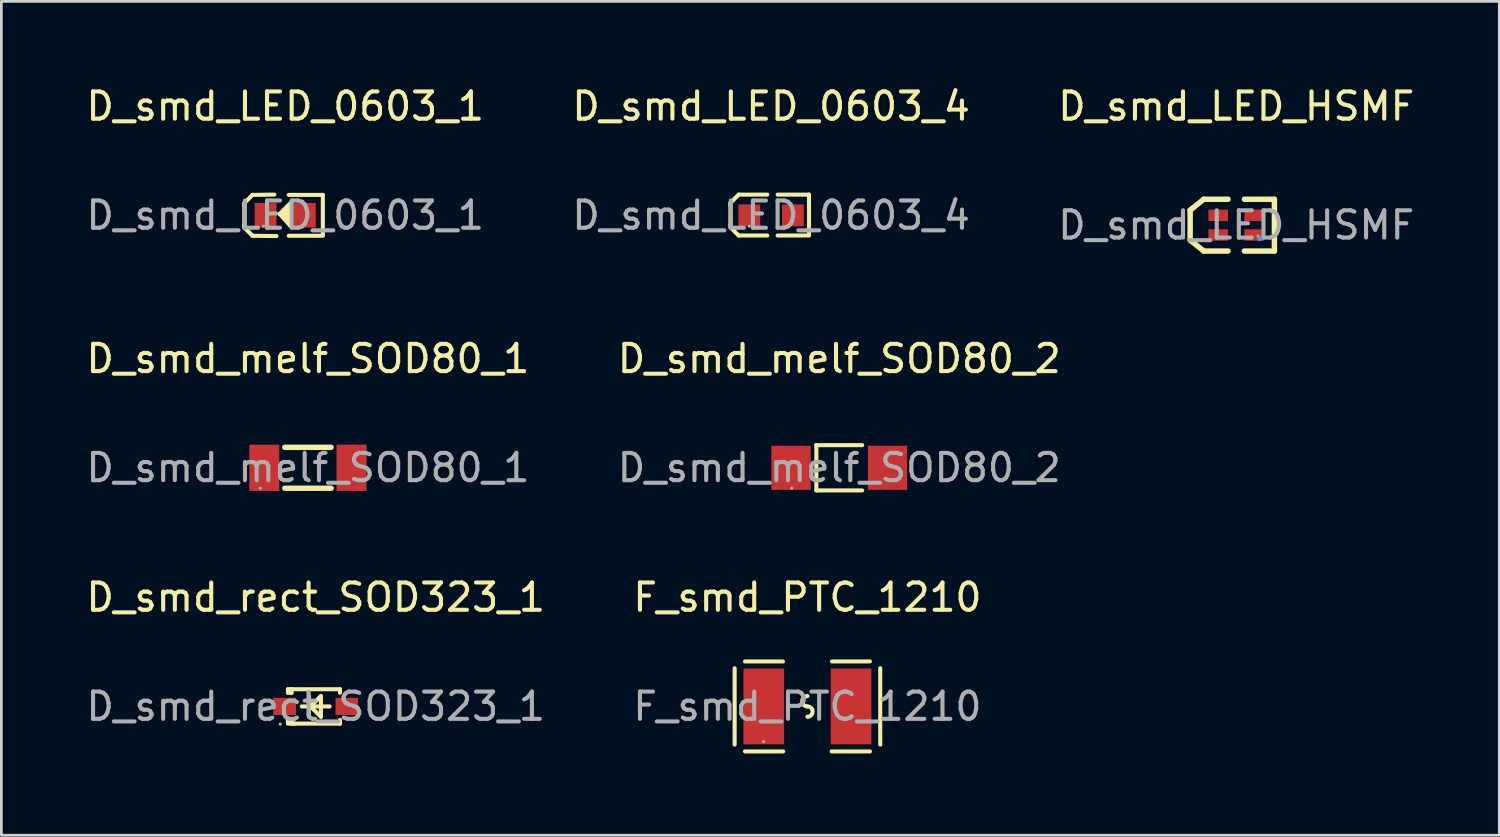
<source format=kicad_pcb>
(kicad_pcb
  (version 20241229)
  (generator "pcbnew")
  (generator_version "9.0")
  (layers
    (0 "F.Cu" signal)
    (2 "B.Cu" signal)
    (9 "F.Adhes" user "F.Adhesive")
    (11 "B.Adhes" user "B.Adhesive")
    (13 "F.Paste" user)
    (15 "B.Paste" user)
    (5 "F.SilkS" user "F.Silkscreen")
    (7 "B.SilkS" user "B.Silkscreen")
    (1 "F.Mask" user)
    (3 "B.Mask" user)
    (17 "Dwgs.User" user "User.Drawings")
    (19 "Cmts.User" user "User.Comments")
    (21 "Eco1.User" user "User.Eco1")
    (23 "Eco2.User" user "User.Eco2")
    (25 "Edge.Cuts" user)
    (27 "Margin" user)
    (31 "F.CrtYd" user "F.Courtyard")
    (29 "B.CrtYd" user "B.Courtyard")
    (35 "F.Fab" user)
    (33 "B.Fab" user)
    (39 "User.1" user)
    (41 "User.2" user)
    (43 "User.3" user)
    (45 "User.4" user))
  (footprint "D_smd_rect_SOD323_1"
    (layer "F.Cu")
    (at 8.53 22.86)
    (property "Reference" "D_smd_rect_SOD323_1" (at 0 -4 0) (layer "F.SilkS") (effects (font (size 1 1) (thickness 0.15))))
    (attr smd)
    (fp_line (start -1.02 -0.63) (end -1.02 -0.5) (stroke (width 0.15) (type solid)) (layer "F.SilkS"))
    (fp_line (start -1.02 -0.5) (end -0.89 -0.5) (stroke (width 0.15) (type solid)) (layer "F.SilkS"))
    (fp_line (start -1.02 0.5) (end -1.02 0.62) (stroke (width 0.15) (type solid)) (layer "F.SilkS"))
    (fp_line (start -1.02 0.5) (end -0.89 0.5) (stroke (width 0.15) (type solid)) (layer "F.SilkS"))
    (fp_line (start -0.89 -0.63) (end -1.02 -0.63) (stroke (width 0.15) (type solid)) (layer "F.SilkS"))
    (fp_line (start -0.89 -0.63) (end -0.89 -0.6) (stroke (width 0.15) (type solid)) (layer "F.SilkS"))
    (fp_line (start -0.89 -0.63) (end 0.89 -0.63) (stroke (width 0.15) (type solid)) (layer "F.SilkS"))
    (fp_line (start -0.89 -0.5) (end -0.89 -0.63) (stroke (width 0.15) (type solid)) (layer "F.SilkS"))
    (fp_line (start -0.89 0.6) (end -0.89 0.5) (stroke (width 0.15) (type solid)) (layer "F.SilkS"))
    (fp_line (start -0.89 0.6) (end -0.89 0.63) (stroke (width 0.15) (type solid)) (layer "F.SilkS"))
    (fp_line (start -0.89 0.63) (end 0.89 0.63) (stroke (width 0.15) (type solid)) (layer "F.SilkS"))
    (fp_line (start -0.77 0.63) (end -1.01 0.63) (stroke (width 0.15) (type solid)) (layer "F.SilkS"))
    (fp_line (start -0.25 -0.38) (end -0.25 0.38) (stroke (width 0.15) (type solid)) (layer "F.SilkS"))
    (fp_line (start -0.19 0) (end 0.19 -0.38) (stroke (width 0.15) (type solid)) (layer "F.SilkS"))
    (fp_line (start 0.19 -0.38) (end 0.19 0.38) (stroke (width 0.15) (type solid)) (layer "F.SilkS"))
    (fp_line (start 0.19 0.38) (end -0.19 0) (stroke (width 0.15) (type solid)) (layer "F.SilkS"))
    (fp_line (start 0.51 0) (end -0.51 0) (stroke (width 0.15) (type solid)) (layer "F.SilkS"))
    (fp_line (start 0.89 -0.63) (end 0.89 -0.5) (stroke (width 0.15) (type solid)) (layer "F.SilkS"))
    (fp_line (start 0.89 0.5) (end 0.89 0.63) (stroke (width 0.15) (type solid)) (layer "F.SilkS"))
    (fp_circle (center -1.3 0.65) (end -1.27 0.65) (stroke (width 0.06) (type solid)) (fill no) (layer "F.Fab"))
    (fp_text user "${REFERENCE}" (at 0 0 0) (layer "F.Fab") (effects (font (size 1 1) (thickness 0.15))))
    (pad "1" smd rect (at -1.14 0 90) (size 0.63 0.83) (layers "F.Cu" "F.Mask" "F.Paste"))
    (pad "2" smd rect (at 1.14 0 90) (size 0.63 0.83) (layers "F.Cu" "F.Mask" "F.Paste")))
  (footprint "D_smd_melf_SOD80_1"
    (layer "F.Cu")
    (at 8.244 14.107)
    (property "Reference" "D_smd_melf_SOD80_1" (at 0 -4 0) (layer "F.SilkS") (effects (font (size 1 1) (thickness 0.15))))
    (attr smd)
    (fp_line (start 0.85 -0.75) (end -0.85 -0.75) (stroke (width 0.2) (type solid)) (layer "F.SilkS"))
    (fp_line (start 0.85 0.75) (end -0.85 0.75) (stroke (width 0.2) (type solid)) (layer "F.SilkS"))
    (fp_circle (center -1.75 0.75) (end -1.72 0.75) (stroke (width 0.06) (type solid)) (fill no) (layer "F.Fab"))
    (fp_text user "${REFERENCE}" (at 0 0 0) (layer "F.Fab") (effects (font (size 1 1) (thickness 0.15))))
    (pad "1" smd rect (at -1.6 0 180) (size 1.1 1.7) (layers "F.Cu" "F.Mask" "F.Paste"))
    (pad "2" smd rect (at 1.6 0 180) (size 1.1 1.7) (layers "F.Cu" "F.Mask" "F.Paste")))
  (footprint "D_smd_LED_0603_1"
    (layer "F.Cu")
    (at 7.411 4.848)
    (property "Reference" "D_smd_LED_0603_1" (at 0 -4 0) (layer "F.SilkS") (effects (font (size 1 1) (thickness 0.15))))
    (attr smd)
    (fp_line (start -1.5 -0.45) (end -1.2 -0.75) (stroke (width 0.15) (type solid)) (layer "F.SilkS"))
    (fp_line (start -1.5 -0.35) (end -1.5 -0.45) (stroke (width 0.15) (type solid)) (layer "F.SilkS"))
    (fp_line (start -1.5 -0.35) (end -1.5 0.35) (stroke (width 0.15) (type solid)) (layer "F.SilkS"))
    (fp_line (start -1.5 0.35) (end -1.5 0.45) (stroke (width 0.15) (type solid)) (layer "F.SilkS"))
    (fp_line (start -1.5 0.45) (end -1.2 0.75) (stroke (width 0.15) (type solid)) (layer "F.SilkS"))
    (fp_line (start -0.4 -0.76) (end -1.2 -0.75) (stroke (width 0.15) (type solid)) (layer "F.SilkS"))
    (fp_line (start -0.32 0.76) (end -1.2 0.75) (stroke (width 0.15) (type solid)) (layer "F.SilkS"))
    (fp_line (start -0.2 -0.05) (end 0.2 0.4) (stroke (width 0.15) (type solid)) (layer "F.SilkS"))
    (fp_line (start -0.04 -0.21) (end -0.04 0.1) (stroke (width 0.15) (type solid)) (layer "F.SilkS"))
    (fp_line (start -0.04 0.1) (end -0.05 0.1) (stroke (width 0.15) (type solid)) (layer "F.SilkS"))
    (fp_line (start 0.09 -0.34) (end 0.09 0.15) (stroke (width 0.15) (type solid)) (layer "F.SilkS"))
    (fp_line (start 0.09 0.15) (end 0.04 0.19) (stroke (width 0.15) (type solid)) (layer "F.SilkS"))
    (fp_line (start 0.1 -0.05) (end -0.2 -0.05) (stroke (width 0.15) (type solid)) (layer "F.SilkS"))
    (fp_line (start 0.13 -0.75) (end 1.38 -0.75) (stroke (width 0.15) (type solid)) (layer "F.SilkS"))
    (fp_line (start 0.13 0.75) (end 1.38 0.75) (stroke (width 0.15) (type solid)) (layer "F.SilkS"))
    (fp_line (start 0.19 -0.44) (end -0.2 -0.05) (stroke (width 0.15) (type solid)) (layer "F.SilkS"))
    (fp_line (start 0.2 0.4) (end 0.2 -0.45) (stroke (width 0.15) (type solid)) (layer "F.SilkS"))
    (fp_line (start 1.38 -0.75) (end 1.38 0.73) (stroke (width 0.15) (type solid)) (layer "F.SilkS"))
    (fp_circle (center -0.8 0.4) (end -0.77 0.4) (stroke (width 0.06) (type solid)) (fill no) (layer "F.Fab"))
    (fp_text user "${REFERENCE}" (at 0 0 0) (layer "F.Fab") (effects (font (size 1 1) (thickness 0.15))))
    (pad "1" smd rect (at -0.72 0 180) (size 0.8 0.9) (layers "F.Cu" "F.Mask" "F.Paste"))
    (pad "2" smd rect (at 0.72 0 180) (size 0.8 0.9) (layers "F.Cu" "F.Mask" "F.Paste")))
  (footprint "F_smd_PTC_1210"
    (layer "F.Cu")
    (at 26.565 22.86)
    (property "Reference" "F_smd_PTC_1210" (at 0 -4 0) (layer "F.SilkS") (effects (font (size 1 1) (thickness 0.15))))
    (attr smd)
    (fp_line (start -2.67 -1.4) (end -2.67 1.4) (stroke (width 0.15) (type solid)) (layer "F.SilkS"))
    (fp_line (start -2.29 -1.65) (end -0.9 -1.65) (stroke (width 0.15) (type solid)) (layer "F.SilkS"))
    (fp_line (start -0.89 1.65) (end -2.29 1.65) (stroke (width 0.15) (type solid)) (layer "F.SilkS"))
    (fp_line (start 0.89 1.65) (end 2.29 1.65) (stroke (width 0.15) (type solid)) (layer "F.SilkS"))
    (fp_line (start 2.29 -1.65) (end 0.9 -1.65) (stroke (width 0.15) (type solid)) (layer "F.SilkS"))
    (fp_line (start 2.67 -1.4) (end 2.67 1.4) (stroke (width 0.15) (type solid)) (layer "F.SilkS"))
    (fp_arc (start 0 0) (mid -0.19 -0.19) (end 0 -0.38) (stroke (width 0.15) (type solid)) (layer "F.SilkS"))
    (fp_arc (start 0 0) (mid 0.19 0.19) (end 0 0.38) (stroke (width 0.15) (type solid)) (layer "F.SilkS"))
    (fp_circle (center -1.61 1.29) (end -1.58 1.29) (stroke (width 0.06) (type solid)) (fill no) (layer "F.Fab"))
    (fp_text user "${REFERENCE}" (at 0 0 0) (layer "F.Fab") (effects (font (size 1 1) (thickness 0.15))))
    (pad "1" smd rect (at -1.6 0) (size 1.49 2.78) (layers "F.Cu" "F.Mask" "F.Paste"))
    (pad "2" smd rect (at 1.6 0) (size 1.49 2.78) (layers "F.Cu" "F.Mask" "F.Paste")))
  (footprint "D_smd_LED_HSMF"
    (layer "F.Cu")
    (at 42.292 5.208)
    (property "Reference" "D_smd_LED_HSMF" (at 0 -4.36 0) (layer "F.SilkS") (effects (font (size 1 1) (thickness 0.15))))
    (attr smd)
    (fp_line (start -1.69 0.55) (end -1.69 -0.55) (stroke (width 0.2) (type solid)) (layer "F.SilkS"))
    (fp_line (start -1.19 -0.95) (end -1.69 -0.55) (stroke (width 0.2) (type solid)) (layer "F.SilkS"))
    (fp_line (start -1.19 0.95) (end -1.69 0.55) (stroke (width 0.2) (type solid)) (layer "F.SilkS"))
    (fp_line (start -0.3 -0.95) (end -1.19 -0.95) (stroke (width 0.2) (type solid)) (layer "F.SilkS"))
    (fp_line (start -0.3 0.95) (end -1.19 0.95) (stroke (width 0.2) (type solid)) (layer "F.SilkS"))
    (fp_line (start 0.3 0.95) (end 1.4 0.95) (stroke (width 0.2) (type solid)) (layer "F.SilkS"))
    (fp_line (start 1.4 -0.95) (end 0.3 -0.95) (stroke (width 0.2) (type solid)) (layer "F.SilkS"))
    (fp_line (start 1.4 0.95) (end 1.4 -0.95) (stroke (width 0.2) (type solid)) (layer "F.SilkS"))
    (fp_circle (center 0.86 0.49) (end 0.91 0.49) (stroke (width 0.1) (type solid)) (fill no) (layer "Cmts.User"))
    (fp_circle (center 0.8 0.4) (end 0.83 0.4) (stroke (width 0.06) (type solid)) (fill no) (layer "F.Fab"))
    (fp_text user "${REFERENCE}" (at 0 0 0) (layer "F.Fab") (effects (font (size 1 1) (thickness 0.15))))
    (pad "1" smd rect (at 0.66 0.36 180) (size 0.72 0.42) (layers "F.Cu" "F.Mask" "F.Paste"))
    (pad "2" smd rect (at 0.66 -0.36 180) (size 0.72 0.42) (layers "F.Cu" "F.Mask" "F.Paste"))
    (pad "3" smd rect (at -0.66 0.36 180) (size 0.72 0.42) (layers "F.Cu" "F.Mask" "F.Paste"))
    (pad "4" smd rect (at -0.66 -0.36 180) (size 0.72 0.42) (layers "F.Cu" "F.Mask" "F.Paste")))
  (footprint "D_smd_LED_0603_4"
    (layer "F.Cu")
    (at 25.232 4.848)
    (property "Reference" "D_smd_LED_0603_4" (at 0 -4 0) (layer "F.SilkS") (effects (font (size 1 1) (thickness 0.15))))
    (attr through_hole)
    (fp_line (start -1.49 -0.46) (end -1.19 -0.76) (stroke (width 0.15) (type solid)) (layer "F.SilkS"))
    (fp_line (start -1.49 -0.36) (end -1.49 -0.46) (stroke (width 0.15) (type solid)) (layer "F.SilkS"))
    (fp_line (start -1.49 -0.36) (end -1.49 0.34) (stroke (width 0.15) (type solid)) (layer "F.SilkS"))
    (fp_line (start -1.49 0.34) (end -1.49 0.44) (stroke (width 0.15) (type solid)) (layer "F.SilkS"))
    (fp_line (start -1.49 0.44) (end -1.19 0.74) (stroke (width 0.15) (type solid)) (layer "F.SilkS"))
    (fp_line (start -0.14 -0.76) (end -1.19 -0.76) (stroke (width 0.15) (type solid)) (layer "F.SilkS"))
    (fp_line (start -0.14 0.74) (end -1.19 0.74) (stroke (width 0.15) (type solid)) (layer "F.SilkS"))
    (fp_line (start 0.24 -0.76) (end 1.39 -0.76) (stroke (width 0.15) (type solid)) (layer "F.SilkS"))
    (fp_line (start 0.24 0.74) (end 1.39 0.74) (stroke (width 0.15) (type solid)) (layer "F.SilkS"))
    (fp_line (start 1.39 -0.76) (end 1.39 0.72) (stroke (width 0.15) (type solid)) (layer "F.SilkS"))
    (fp_circle (center -0.8 0.4) (end -0.77 0.4) (stroke (width 0.06) (type solid)) (fill no) (layer "F.Fab"))
    (fp_text user "${REFERENCE}" (at 0 0 0) (layer "F.Fab") (effects (font (size 1 1) (thickness 0.15))))
    (pad "1" smd rect (at -0.8 0 90) (size 0.8 0.8) (layers "F.Cu" "F.Mask" "F.Paste"))
    (pad "2" smd rect (at 0.8 0 90) (size 0.8 0.8) (layers "F.Cu" "F.Mask" "F.Paste")))
  (footprint "D_smd_melf_SOD80_2"
    (layer "F.Cu")
    (at 27.732 14.107)
    (property "Reference" "D_smd_melf_SOD80_2" (at 0 -4 0) (layer "F.SilkS") (effects (font (size 1 1) (thickness 0.15))))
    (attr smd)
    (fp_line (start -0.84 -0.83) (end -0.84 0.83) (stroke (width 0.15) (type solid)) (layer "F.SilkS"))
    (fp_line (start -0.84 -0.83) (end 0.84 -0.83) (stroke (width 0.15) (type solid)) (layer "F.SilkS"))
    (fp_line (start -0.84 0.83) (end 0.84 0.83) (stroke (width 0.15) (type solid)) (layer "F.SilkS"))
    (fp_circle (center -1.75 0.75) (end -1.72 0.75) (stroke (width 0.06) (type solid)) (fill no) (layer "F.Fab"))
    (fp_text user "${REFERENCE}" (at 0 0 0) (layer "F.Fab") (effects (font (size 1 1) (thickness 0.15))))
    (pad "1" smd rect (at -1.77 0) (size 1.44 1.62) (layers "F.Cu" "F.Mask" "F.Paste"))
    (pad "2" smd rect (at 1.77 0) (size 1.44 1.62) (layers "F.Cu" "F.Mask" "F.Paste")))
  (gr_rect
    (start -3 -3)
    (end 51.94 27.585)
    (stroke (width 0.1) (type default))
    (fill no)
    (layer "Edge.Cuts")))
</source>
